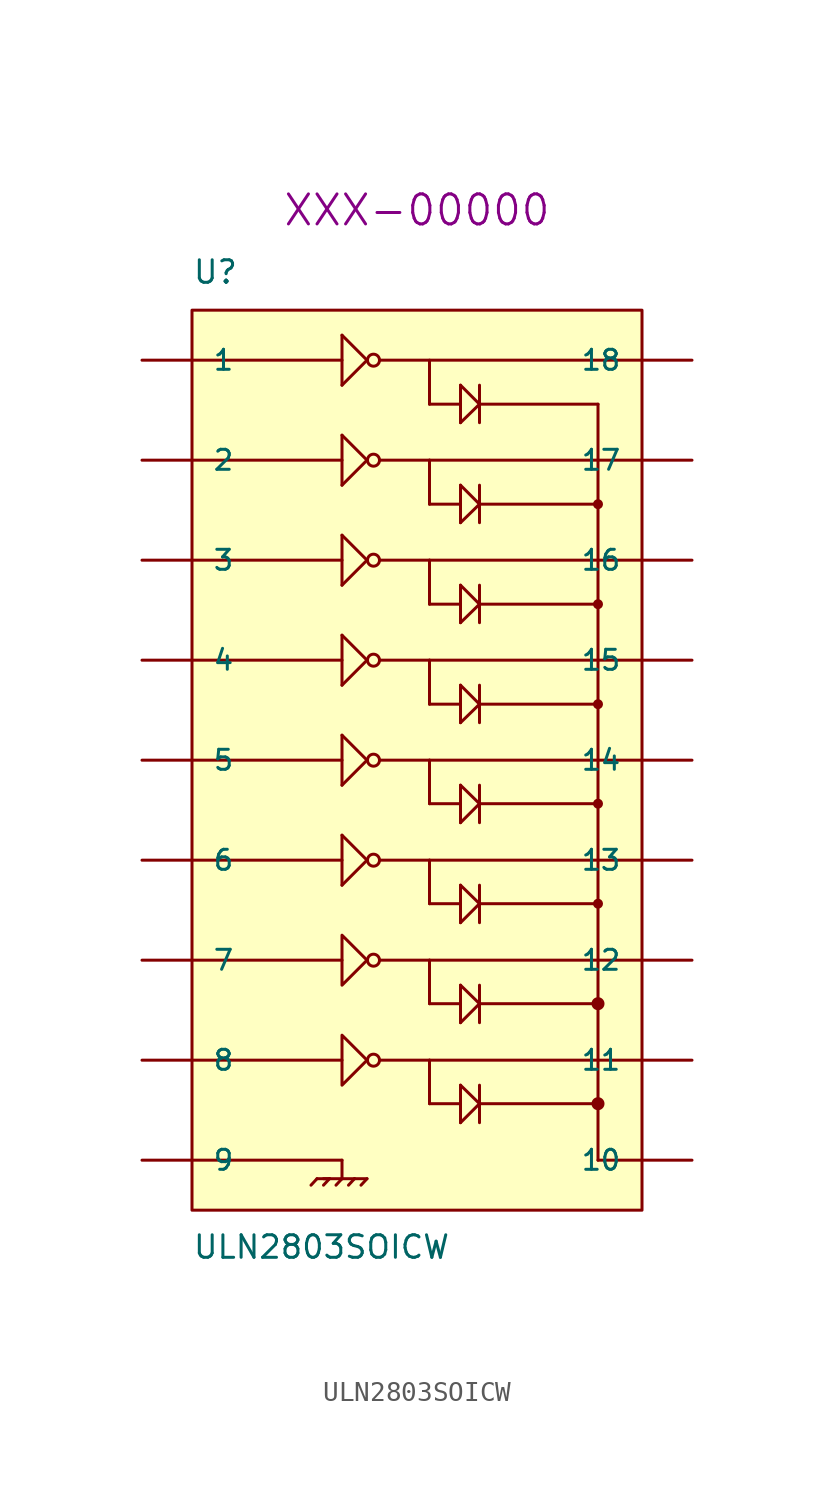
<source format=kicad_sym>
(kicad_symbol_lib
  (version 20220914)
  (generator kicad_symbol_editor)
  (symbol "ULN2803SOICW"
    (pin_numbers hide)
    (pin_names
      (offset 1.016))
    (property "Reference" "U"
      (at -11.43 24.13 0)
      (effects (font (size 1.143 1.143)) (justify left bottom)))
    (property "Value" "ULN2803SOICW"
      (at -11.43 -25.4 0)
      (effects (font (size 1.143 1.143)) (justify left bottom)))
    (property "Field4" "XXX-00000"
      (at 0 27.94 0)
      (effects (font (size 1.524 1.524))))
    (property "ki_locked" ""
      (at 0 0 0)
      (effects (font (size 1.27 1.27))))
    (symbol "ULN2803SOICW_1_0"
      (polyline (pts (xy -11.43 -20.32) (xy -3.81 -20.32)) (stroke (width 0) (type solid)) (fill (type none)))
      (polyline (pts (xy -11.43 -15.24) (xy -3.81 -15.24)) (stroke (width 0) (type solid)) (fill (type none)))
      (polyline (pts (xy -11.43 -10.16) (xy -3.81 -10.16)) (stroke (width 0) (type solid)) (fill (type none)))
      (polyline (pts (xy -11.43 -5.08) (xy -3.81 -5.08)) (stroke (width 0) (type solid)) (fill (type none)))
      (polyline (pts (xy -11.43 0) (xy -3.81 0)) (stroke (width 0) (type solid)) (fill (type none)))
      (polyline (pts (xy -11.43 5.08) (xy -3.81 5.08)) (stroke (width 0) (type solid)) (fill (type none)))
      (polyline (pts (xy -11.43 10.16) (xy -3.81 10.16)) (stroke (width 0) (type solid)) (fill (type none)))
      (polyline (pts (xy -11.43 15.24) (xy -3.81 15.24)) (stroke (width 0) (type solid)) (fill (type none)))
      (polyline (pts (xy -11.43 20.32) (xy -3.81 20.32)) (stroke (width 0) (type solid)) (fill (type none)))
      (polyline (pts (xy -5.08 -21.26) (xy -5.385 -21.59)) (stroke (width 0) (type solid)) (fill (type none)))
      (polyline (pts (xy -4.445 -21.26) (xy -5.08 -21.26)) (stroke (width 0) (type solid)) (fill (type none)))
      (polyline (pts (xy -4.445 -21.26) (xy -4.75 -21.59)) (stroke (width 0) (type solid)) (fill (type none)))
      (polyline (pts (xy -4.445 -21.26) (xy -4.75 -21.26)) (stroke (width 0) (type solid)) (fill (type none)))
      (polyline (pts (xy -3.81 -21.26) (xy -4.445 -21.26)) (stroke (width 0) (type solid)) (fill (type none)))
      (polyline (pts (xy -3.81 -21.26) (xy -4.115 -21.59)) (stroke (width 0) (type solid)) (fill (type none)))
      (polyline (pts (xy -3.81 -21.26) (xy -3.175 -21.26)) (stroke (width 0) (type solid)) (fill (type none)))
      (polyline (pts (xy -3.81 -20.32) (xy -3.81 -21.26)) (stroke (width 0) (type solid)) (fill (type none)))
      (polyline (pts (xy -3.81 -3.81) (xy -3.81 -6.35)) (stroke (width 0) (type solid)) (fill (type none)))
      (polyline (pts (xy -3.81 -3.81) (xy -2.54 -5.08)) (stroke (width 0) (type solid)) (fill (type none)))
      (polyline (pts (xy -3.81 -1.27) (xy -2.54 0)) (stroke (width 0) (type solid)) (fill (type none)))
      (polyline (pts (xy -3.81 1.27) (xy -3.81 -1.27)) (stroke (width 0) (type solid)) (fill (type none)))
      (polyline (pts (xy -3.81 1.27) (xy -2.54 0)) (stroke (width 0) (type solid)) (fill (type none)))
      (polyline (pts (xy -3.81 6.35) (xy -3.81 3.81)) (stroke (width 0) (type solid)) (fill (type none)))
      (polyline (pts (xy -3.81 6.35) (xy -2.54 5.08)) (stroke (width 0) (type solid)) (fill (type none)))
      (polyline (pts (xy -3.81 11.43) (xy -3.81 8.89)) (stroke (width 0) (type solid)) (fill (type none)))
      (polyline (pts (xy -3.81 11.43) (xy -2.54 10.16)) (stroke (width 0) (type solid)) (fill (type none)))
      (polyline (pts (xy -3.81 16.51) (xy -3.81 13.97)) (stroke (width 0) (type solid)) (fill (type none)))
      (polyline (pts (xy -3.81 16.51) (xy -2.54 15.24)) (stroke (width 0) (type solid)) (fill (type none)))
      (polyline (pts (xy -3.81 21.59) (xy -3.81 19.05)) (stroke (width 0) (type solid)) (fill (type none)))
      (polyline (pts (xy -3.81 21.59) (xy -2.54 20.32)) (stroke (width 0) (type solid)) (fill (type none)))
      (polyline (pts (xy -3.175 -21.26) (xy -3.48 -21.59)) (stroke (width 0) (type solid)) (fill (type none)))
      (polyline (pts (xy -3.175 -21.26) (xy -2.54 -21.26)) (stroke (width 0) (type solid)) (fill (type none)))
      (polyline (pts (xy -2.54 -21.26) (xy -2.845 -21.59)) (stroke (width 0) (type solid)) (fill (type none)))
      (polyline (pts (xy -2.54 -5.08) (xy -3.81 -6.35)) (stroke (width 0) (type solid)) (fill (type none)))
      (polyline (pts (xy -2.54 5.08) (xy -3.81 3.81)) (stroke (width 0) (type solid)) (fill (type none)))
      (polyline (pts (xy -2.54 10.16) (xy -3.81 8.89)) (stroke (width 0) (type solid)) (fill (type none)))
      (polyline (pts (xy -2.54 15.24) (xy -3.81 13.97)) (stroke (width 0) (type solid)) (fill (type none)))
      (polyline (pts (xy -2.54 20.32) (xy -3.81 19.05)) (stroke (width 0) (type solid)) (fill (type none)))
      (polyline (pts (xy -1.905 -15.24) (xy 0.635 -15.24)) (stroke (width 0) (type solid)) (fill (type none)))
      (polyline (pts (xy -1.905 -5.08) (xy 0.635 -5.08)) (stroke (width 0) (type solid)) (fill (type none)))
      (polyline (pts (xy -1.905 5.08) (xy 0.635 5.08)) (stroke (width 0) (type solid)) (fill (type none)))
      (polyline (pts (xy -1.905 10.16) (xy 0.635 10.16)) (stroke (width 0) (type solid)) (fill (type none)))
      (polyline (pts (xy -1.905 15.24) (xy 0.635 15.24)) (stroke (width 0) (type solid)) (fill (type none)))
      (polyline (pts (xy -1.905 20.32) (xy 11.43 20.32)) (stroke (width 0) (type solid)) (fill (type none)))
      (polyline (pts (xy 0.635 -17.45) (xy 2.21 -17.45)) (stroke (width 0) (type solid)) (fill (type none)))
      (polyline (pts (xy 0.635 -15.24) (xy 0.635 -17.45)) (stroke (width 0) (type solid)) (fill (type none)))
      (polyline (pts (xy 0.635 -15.24) (xy 11.43 -15.24)) (stroke (width 0) (type solid)) (fill (type none)))
      (polyline (pts (xy 0.635 -12.37) (xy 2.21 -12.37)) (stroke (width 0) (type solid)) (fill (type none)))
      (polyline (pts (xy 0.635 -10.16) (xy -1.905 -10.16)) (stroke (width 0) (type solid)) (fill (type none)))
      (polyline (pts (xy 0.635 -10.16) (xy 0.635 -12.37)) (stroke (width 0) (type solid)) (fill (type none)))
      (polyline (pts (xy 0.635 -7.29) (xy 2.21 -7.29)) (stroke (width 0) (type solid)) (fill (type none)))
      (polyline (pts (xy 0.635 -5.08) (xy 0.635 -7.29)) (stroke (width 0) (type solid)) (fill (type none)))
      (polyline (pts (xy 0.635 -5.08) (xy 11.43 -5.08)) (stroke (width 0) (type solid)) (fill (type none)))
      (polyline (pts (xy 0.635 -2.21) (xy 2.21 -2.21)) (stroke (width 0) (type solid)) (fill (type none)))
      (polyline (pts (xy 0.635 0) (xy -1.905 0)) (stroke (width 0) (type solid)) (fill (type none)))
      (polyline (pts (xy 0.635 0) (xy 0.635 -2.21)) (stroke (width 0) (type solid)) (fill (type none)))
      (polyline (pts (xy 0.635 2.845) (xy 2.21 2.845)) (stroke (width 0) (type solid)) (fill (type none)))
      (polyline (pts (xy 0.635 5.08) (xy 0.635 2.845)) (stroke (width 0) (type solid)) (fill (type none)))
      (polyline (pts (xy 0.635 5.08) (xy 11.43 5.08)) (stroke (width 0) (type solid)) (fill (type none)))
      (polyline (pts (xy 0.635 7.925) (xy 2.21 7.925)) (stroke (width 0) (type solid)) (fill (type none)))
      (polyline (pts (xy 0.635 10.16) (xy 0.635 7.925)) (stroke (width 0) (type solid)) (fill (type none)))
      (polyline (pts (xy 0.635 10.16) (xy 11.43 10.16)) (stroke (width 0) (type solid)) (fill (type none)))
      (polyline (pts (xy 0.635 13.005) (xy 2.21 13.005)) (stroke (width 0) (type solid)) (fill (type none)))
      (polyline (pts (xy 0.635 15.24) (xy 0.635 13.005)) (stroke (width 0) (type solid)) (fill (type none)))
      (polyline (pts (xy 0.635 15.24) (xy 11.43 15.24)) (stroke (width 0) (type solid)) (fill (type none)))
      (polyline (pts (xy 0.635 18.085) (xy 2.21 18.085)) (stroke (width 0) (type solid)) (fill (type none)))
      (polyline (pts (xy 0.635 20.32) (xy 0.635 18.085)) (stroke (width 0) (type solid)) (fill (type none)))
      (polyline (pts (xy 2.21 -16.51) (xy 2.21 -18.415)) (stroke (width 0) (type solid)) (fill (type none)))
      (polyline (pts (xy 2.21 -16.51) (xy 3.175 -17.45)) (stroke (width 0) (type solid)) (fill (type none)))
      (polyline (pts (xy 2.21 -11.43) (xy 2.21 -13.335)) (stroke (width 0) (type solid)) (fill (type none)))
      (polyline (pts (xy 2.21 -11.43) (xy 3.175 -12.37)) (stroke (width 0) (type solid)) (fill (type none)))
      (polyline (pts (xy 2.21 -6.35) (xy 2.21 -8.255)) (stroke (width 0) (type solid)) (fill (type none)))
      (polyline (pts (xy 2.21 -6.35) (xy 3.175 -7.29)) (stroke (width 0) (type solid)) (fill (type none)))
      (polyline (pts (xy 2.21 -1.27) (xy 2.21 -3.175)) (stroke (width 0) (type solid)) (fill (type none)))
      (polyline (pts (xy 2.21 -1.27) (xy 3.175 -2.21)) (stroke (width 0) (type solid)) (fill (type none)))
      (polyline (pts (xy 2.21 3.81) (xy 2.21 1.905)) (stroke (width 0) (type solid)) (fill (type none)))
      (polyline (pts (xy 2.21 3.81) (xy 3.175 2.845)) (stroke (width 0) (type solid)) (fill (type none)))
      (polyline (pts (xy 2.21 8.89) (xy 2.21 6.985)) (stroke (width 0) (type solid)) (fill (type none)))
      (polyline (pts (xy 2.21 8.89) (xy 3.175 7.925)) (stroke (width 0) (type solid)) (fill (type none)))
      (polyline (pts (xy 2.21 12.065) (xy 3.175 13.005)) (stroke (width 0) (type solid)) (fill (type none)))
      (polyline (pts (xy 2.21 13.005) (xy 2.21 12.065)) (stroke (width 0) (type solid)) (fill (type none)))
      (polyline (pts (xy 2.21 13.005) (xy 2.21 13.97)) (stroke (width 0) (type solid)) (fill (type none)))
      (polyline (pts (xy 2.21 17.145) (xy 3.175 18.085)) (stroke (width 0) (type solid)) (fill (type none)))
      (polyline (pts (xy 2.21 18.085) (xy 2.21 17.145)) (stroke (width 0) (type solid)) (fill (type none)))
      (polyline (pts (xy 2.21 18.085) (xy 2.21 19.05)) (stroke (width 0) (type solid)) (fill (type none)))
      (polyline (pts (xy 3.175 -17.45) (xy 2.21 -18.415)) (stroke (width 0) (type solid)) (fill (type none)))
      (polyline (pts (xy 3.175 -17.45) (xy 3.175 -18.415)) (stroke (width 0) (type solid)) (fill (type none)))
      (polyline (pts (xy 3.175 -17.45) (xy 9.195 -17.45)) (stroke (width 0) (type solid)) (fill (type none)))
      (polyline (pts (xy 3.175 -16.51) (xy 3.175 -17.45)) (stroke (width 0) (type solid)) (fill (type none)))
      (polyline (pts (xy 3.175 -12.37) (xy 2.21 -13.335)) (stroke (width 0) (type solid)) (fill (type none)))
      (polyline (pts (xy 3.175 -12.37) (xy 3.175 -13.335)) (stroke (width 0) (type solid)) (fill (type none)))
      (polyline (pts (xy 3.175 -12.37) (xy 9.195 -12.37)) (stroke (width 0) (type solid)) (fill (type none)))
      (polyline (pts (xy 3.175 -11.43) (xy 3.175 -12.37)) (stroke (width 0) (type solid)) (fill (type none)))
      (polyline (pts (xy 3.175 -7.29) (xy 2.21 -8.255)) (stroke (width 0) (type solid)) (fill (type none)))
      (polyline (pts (xy 3.175 -7.29) (xy 3.175 -8.255)) (stroke (width 0) (type solid)) (fill (type none)))
      (polyline (pts (xy 3.175 -7.29) (xy 9.195 -7.29)) (stroke (width 0) (type solid)) (fill (type none)))
      (polyline (pts (xy 3.175 -6.35) (xy 3.175 -7.29)) (stroke (width 0) (type solid)) (fill (type none)))
      (polyline (pts (xy 3.175 -2.21) (xy 2.21 -3.175)) (stroke (width 0) (type solid)) (fill (type none)))
      (polyline (pts (xy 3.175 -2.21) (xy 3.175 -3.175)) (stroke (width 0) (type solid)) (fill (type none)))
      (polyline (pts (xy 3.175 -2.21) (xy 9.195 -2.21)) (stroke (width 0) (type solid)) (fill (type none)))
      (polyline (pts (xy 3.175 -1.27) (xy 3.175 -2.21)) (stroke (width 0) (type solid)) (fill (type none)))
      (polyline (pts (xy 3.175 2.845) (xy 2.21 1.905)) (stroke (width 0) (type solid)) (fill (type none)))
      (polyline (pts (xy 3.175 2.845) (xy 3.175 1.905)) (stroke (width 0) (type solid)) (fill (type none)))
      (polyline (pts (xy 3.175 2.845) (xy 9.195 2.845)) (stroke (width 0) (type solid)) (fill (type none)))
      (polyline (pts (xy 3.175 3.81) (xy 3.175 2.845)) (stroke (width 0) (type solid)) (fill (type none)))
      (polyline (pts (xy 3.175 7.925) (xy 2.21 6.985)) (stroke (width 0) (type solid)) (fill (type none)))
      (polyline (pts (xy 3.175 7.925) (xy 3.175 6.985)) (stroke (width 0) (type solid)) (fill (type none)))
      (polyline (pts (xy 3.175 7.925) (xy 9.195 7.925)) (stroke (width 0) (type solid)) (fill (type none)))
      (polyline (pts (xy 3.175 8.89) (xy 3.175 7.925)) (stroke (width 0) (type solid)) (fill (type none)))
      (polyline (pts (xy 3.175 13.005) (xy 2.21 13.97)) (stroke (width 0) (type solid)) (fill (type none)))
      (polyline (pts (xy 3.175 13.005) (xy 3.175 12.065)) (stroke (width 0) (type solid)) (fill (type none)))
      (polyline (pts (xy 3.175 13.005) (xy 9.195 13.005)) (stroke (width 0) (type solid)) (fill (type none)))
      (polyline (pts (xy 3.175 13.97) (xy 3.175 13.005)) (stroke (width 0) (type solid)) (fill (type none)))
      (polyline (pts (xy 3.175 18.085) (xy 2.21 19.05)) (stroke (width 0) (type solid)) (fill (type none)))
      (polyline (pts (xy 3.175 18.085) (xy 3.175 17.145)) (stroke (width 0) (type solid)) (fill (type none)))
      (polyline (pts (xy 3.175 18.085) (xy 9.195 18.085)) (stroke (width 0) (type solid)) (fill (type none)))
      (polyline (pts (xy 3.175 19.05) (xy 3.175 18.085)) (stroke (width 0) (type solid)) (fill (type none)))
      (polyline (pts (xy 9.195 -20.32) (xy 11.43 -20.32)) (stroke (width 0) (type solid)) (fill (type none)))
      (polyline (pts (xy 9.195 -12.37) (xy 9.195 -20.32)) (stroke (width 0) (type solid)) (fill (type none)))
      (polyline (pts (xy 9.195 -7.29) (xy 9.195 -12.37)) (stroke (width 0) (type solid)) (fill (type none)))
      (polyline (pts (xy 9.195 -2.21) (xy 9.195 -7.29)) (stroke (width 0) (type solid)) (fill (type none)))
      (polyline (pts (xy 9.195 2.845) (xy 9.195 -2.21)) (stroke (width 0) (type solid)) (fill (type none)))
      (polyline (pts (xy 9.195 7.925) (xy 9.195 2.845)) (stroke (width 0) (type solid)) (fill (type none)))
      (polyline (pts (xy 9.195 13.005) (xy 9.195 7.925)) (stroke (width 0) (type solid)) (fill (type none)))
      (polyline (pts (xy 9.195 18.085) (xy 9.195 13.005)) (stroke (width 0) (type solid)) (fill (type none)))
      (polyline (pts (xy 11.43 -10.16) (xy 0.635 -10.16)) (stroke (width 0) (type solid)) (fill (type none)))
      (polyline (pts (xy 11.43 0) (xy 0.635 0)) (stroke (width 0) (type solid)) (fill (type none))))
    (symbol "ULN2803SOICW_1_1"
      (circle (center -2.21 -15.24) (radius 0.305) (stroke (width 0) (type solid)) (fill (type none)))
      (circle (center -2.21 -10.16) (radius 0.305) (stroke (width 0) (type solid)) (fill (type none)))
      (circle (center -2.21 -5.08) (radius 0.305) (stroke (width 0) (type solid)) (fill (type none)))
      (circle (center -2.21 0) (radius 0.305) (stroke (width 0) (type solid)) (fill (type none)))
      (circle (center -2.21 5.08) (radius 0.305) (stroke (width 0) (type solid)) (fill (type none)))
      (circle (center -2.21 10.16) (radius 0.305) (stroke (width 0) (type solid)) (fill (type none)))
      (circle (center -2.21 15.24) (radius 0.305) (stroke (width 0) (type solid)) (fill (type none)))
      (circle (center -2.21 20.32) (radius 0.305) (stroke (width 0) (type solid)) (fill (type none)))
      (polyline (pts (xy -3.81 -13.97) (xy -3.81 -16.51) (xy -2.54 -15.24) (xy -3.81 -13.97)) (stroke (width 0) (type solid)) (fill (type background)))
      (polyline (pts (xy -3.81 -8.89) (xy -3.81 -11.43) (xy -2.54 -10.16) (xy -3.81 -8.89)) (stroke (width 0) (type solid)) (fill (type background)))
      (polyline (pts (xy -11.43 22.86) (xy -11.43 20.32) (xy -11.43 15.24) (xy -11.43 10.16) (xy -11.43 5.08) (xy -11.43 0) (xy -11.43 -5.08) (xy -11.43 -10.16) (xy -11.43 -15.24) (xy -11.43 -20.32) (xy -11.43 -22.86) (xy 11.43 -22.86) (xy 11.43 -20.32) (xy 11.43 -15.24) (xy 11.43 -10.16) (xy 11.43 -5.08) (xy 11.43 0) (xy 11.43 5.08) (xy 11.43 10.16) (xy 11.43 15.24) (xy 11.43 20.32) (xy 11.43 22.86) (xy -11.43 22.86)) (stroke (width 0) (type solid)) (fill (type background)))
      (circle (center 9.195 -17.45) (radius 0.051) (stroke (width 0) (type solid)) (fill (type outline)))
      (circle (center 9.195 -17.45) (radius 0.178) (stroke (width 0) (type solid)) (fill (type outline)))
      (circle (center 9.195 -17.45) (radius 0.254) (stroke (width 0) (type solid)) (fill (type none)))
      (circle (center 9.195 -12.37) (radius 0.051) (stroke (width 0) (type solid)) (fill (type outline)))
      (circle (center 9.195 -12.37) (radius 0.178) (stroke (width 0) (type solid)) (fill (type outline)))
      (circle (center 9.195 -12.37) (radius 0.254) (stroke (width 0) (type solid)) (fill (type none)))
      (circle (center 9.195 -7.29) (radius 0.178) (stroke (width 0) (type solid)) (fill (type outline)))
      (circle (center 9.195 -2.21) (radius 0.051) (stroke (width 0) (type solid)) (fill (type outline)))
      (circle (center 9.195 -2.21) (radius 0.178) (stroke (width 0) (type solid)) (fill (type outline)))
      (circle (center 9.195 2.845) (radius 0.051) (stroke (width 0) (type solid)) (fill (type outline)))
      (circle (center 9.195 2.845) (radius 0.178) (stroke (width 0) (type solid)) (fill (type outline)))
      (circle (center 9.195 7.925) (radius 0.178) (stroke (width 0) (type solid)) (fill (type outline)))
      (circle (center 9.195 13.005) (radius 0.127) (stroke (width 0) (type solid)) (fill (type outline)))
      (circle (center 9.195 13.005) (radius 0.178) (stroke (width 0) (type solid)) (fill (type outline)))
      (pin bidirectional line (at -13.97 20.32 0) (length 2.54) (name "1" (effects (font (size 1.016 1.016)))) (number "1" (effects (font (size 1.016 1.016)))))
      (pin bidirectional line (at 13.97 -20.32 180) (length 2.54) (name "10" (effects (font (size 1.016 1.016)))) (number "10" (effects (font (size 1.016 1.016)))))
      (pin bidirectional line (at 13.97 -15.24 180) (length 2.54) (name "11" (effects (font (size 1.016 1.016)))) (number "11" (effects (font (size 1.016 1.016)))))
      (pin bidirectional line (at 13.97 -10.16 180) (length 2.54) (name "12" (effects (font (size 1.016 1.016)))) (number "12" (effects (font (size 1.016 1.016)))))
      (pin bidirectional line (at 13.97 -5.08 180) (length 2.54) (name "13" (effects (font (size 1.016 1.016)))) (number "13" (effects (font (size 1.016 1.016)))))
      (pin bidirectional line (at 13.97 0 180) (length 2.54) (name "14" (effects (font (size 1.016 1.016)))) (number "14" (effects (font (size 1.016 1.016)))))
      (pin bidirectional line (at 13.97 5.08 180) (length 2.54) (name "15" (effects (font (size 1.016 1.016)))) (number "15" (effects (font (size 1.016 1.016)))))
      (pin bidirectional line (at 13.97 10.16 180) (length 2.54) (name "16" (effects (font (size 1.016 1.016)))) (number "16" (effects (font (size 1.016 1.016)))))
      (pin bidirectional line (at 13.97 15.24 180) (length 2.54) (name "17" (effects (font (size 1.016 1.016)))) (number "17" (effects (font (size 1.016 1.016)))))
      (pin bidirectional line (at 13.97 20.32 180) (length 2.54) (name "18" (effects (font (size 1.016 1.016)))) (number "18" (effects (font (size 1.016 1.016)))))
      (pin bidirectional line (at -13.97 15.24 0) (length 2.54) (name "2" (effects (font (size 1.016 1.016)))) (number "2" (effects (font (size 1.016 1.016)))))
      (pin bidirectional line (at -13.97 10.16 0) (length 2.54) (name "3" (effects (font (size 1.016 1.016)))) (number "3" (effects (font (size 1.016 1.016)))))
      (pin bidirectional line (at -13.97 5.08 0) (length 2.54) (name "4" (effects (font (size 1.016 1.016)))) (number "4" (effects (font (size 1.016 1.016)))))
      (pin bidirectional line (at -13.97 0 0) (length 2.54) (name "5" (effects (font (size 1.016 1.016)))) (number "5" (effects (font (size 1.016 1.016)))))
      (pin bidirectional line (at -13.97 -5.08 0) (length 2.54) (name "6" (effects (font (size 1.016 1.016)))) (number "6" (effects (font (size 1.016 1.016)))))
      (pin bidirectional line (at -13.97 -10.16 0) (length 2.54) (name "7" (effects (font (size 1.016 1.016)))) (number "7" (effects (font (size 1.016 1.016)))))
      (pin bidirectional line (at -13.97 -15.24 0) (length 2.54) (name "8" (effects (font (size 1.016 1.016)))) (number "8" (effects (font (size 1.016 1.016)))))
      (pin bidirectional line (at -13.97 -20.32 0) (length 2.54) (name "9" (effects (font (size 1.016 1.016)))) (number "9" (effects (font (size 1.016 1.016))))))))
</source>
